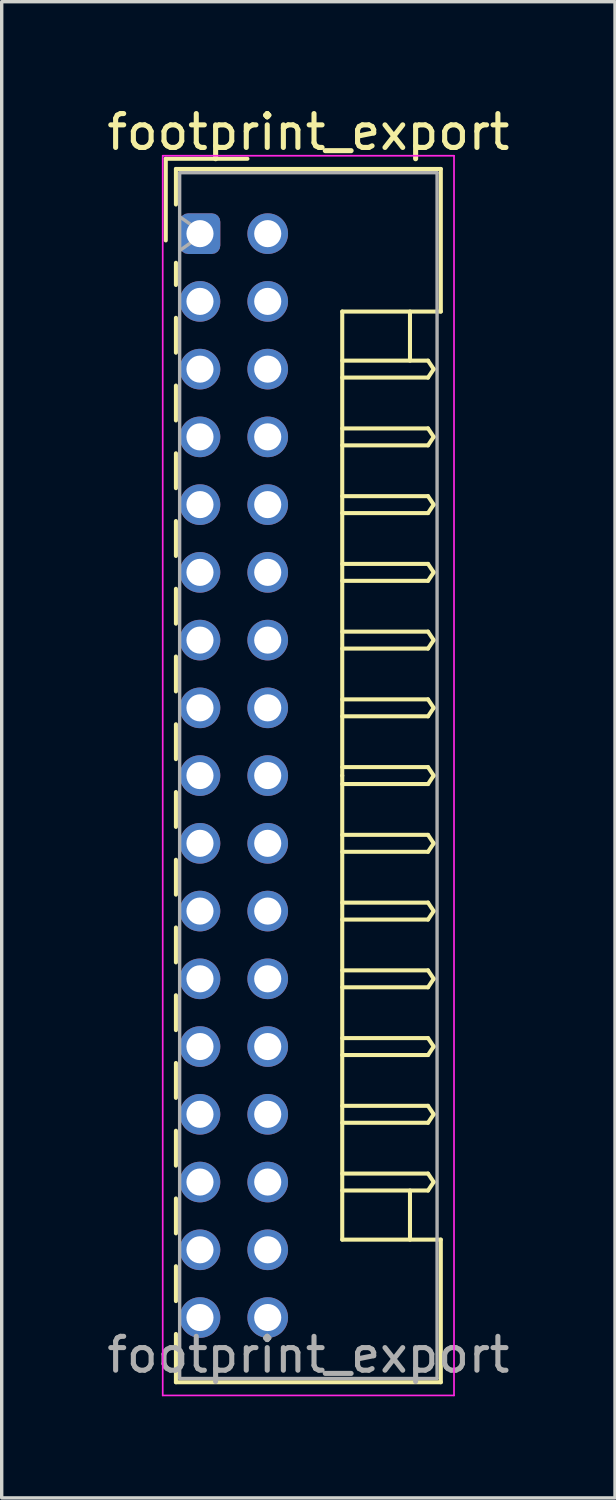
<source format=kicad_pcb>
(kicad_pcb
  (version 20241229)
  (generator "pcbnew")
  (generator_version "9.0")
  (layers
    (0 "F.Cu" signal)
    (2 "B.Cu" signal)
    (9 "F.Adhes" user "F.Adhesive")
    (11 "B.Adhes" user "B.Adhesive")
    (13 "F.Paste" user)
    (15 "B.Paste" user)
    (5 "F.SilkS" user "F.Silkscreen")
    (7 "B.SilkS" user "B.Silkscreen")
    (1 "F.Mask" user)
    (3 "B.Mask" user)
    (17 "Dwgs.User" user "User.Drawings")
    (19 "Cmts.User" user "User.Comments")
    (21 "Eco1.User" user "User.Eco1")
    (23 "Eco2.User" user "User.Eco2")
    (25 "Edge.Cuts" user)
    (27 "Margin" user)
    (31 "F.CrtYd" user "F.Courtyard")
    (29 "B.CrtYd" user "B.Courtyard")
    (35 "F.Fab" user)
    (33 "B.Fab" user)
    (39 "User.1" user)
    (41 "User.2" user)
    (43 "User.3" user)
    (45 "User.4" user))
  (footprint "footprint_export"
    (layer "F.Cu")
    (at 2.854 3.848)
    (property "Reference" "footprint_export" (at 3.2 -3 0) (layer "F.SilkS") (effects (font (size 1 1) (thickness 0.15))))
    (attr through_hole)
    (fp_line (start -1.01 -2.21) (end -1.01 0.2) (stroke (width 0.12) (type solid)) (layer "F.SilkS"))
    (fp_line (start -0.71 -1.91) (end -0.71 -0.86) (stroke (width 0.12) (type solid)) (layer "F.SilkS"))
    (fp_line (start -0.71 -1.91) (end 7.11 -1.91) (stroke (width 0.12) (type solid)) (layer "F.SilkS"))
    (fp_line (start -0.71 0.86) (end -0.71 1.515) (stroke (width 0.12) (type solid)) (layer "F.SilkS"))
    (fp_line (start -0.71 2.485) (end -0.71 3.515) (stroke (width 0.12) (type solid)) (layer "F.SilkS"))
    (fp_line (start -0.71 4.485) (end -0.71 5.515) (stroke (width 0.12) (type solid)) (layer "F.SilkS"))
    (fp_line (start -0.71 6.485) (end -0.71 7.515) (stroke (width 0.12) (type solid)) (layer "F.SilkS"))
    (fp_line (start -0.71 8.485) (end -0.71 9.515) (stroke (width 0.12) (type solid)) (layer "F.SilkS"))
    (fp_line (start -0.71 10.485) (end -0.71 11.515) (stroke (width 0.12) (type solid)) (layer "F.SilkS"))
    (fp_line (start -0.71 12.485) (end -0.71 13.515) (stroke (width 0.12) (type solid)) (layer "F.SilkS"))
    (fp_line (start -0.71 14.485) (end -0.71 15.515) (stroke (width 0.12) (type solid)) (layer "F.SilkS"))
    (fp_line (start -0.71 16.485) (end -0.71 17.515) (stroke (width 0.12) (type solid)) (layer "F.SilkS"))
    (fp_line (start -0.71 18.485) (end -0.71 19.515) (stroke (width 0.12) (type solid)) (layer "F.SilkS"))
    (fp_line (start -0.71 20.485) (end -0.71 21.515) (stroke (width 0.12) (type solid)) (layer "F.SilkS"))
    (fp_line (start -0.71 22.485) (end -0.71 23.515) (stroke (width 0.12) (type solid)) (layer "F.SilkS"))
    (fp_line (start -0.71 24.485) (end -0.71 25.515) (stroke (width 0.12) (type solid)) (layer "F.SilkS"))
    (fp_line (start -0.71 26.485) (end -0.71 27.515) (stroke (width 0.12) (type solid)) (layer "F.SilkS"))
    (fp_line (start -0.71 28.485) (end -0.71 29.515) (stroke (width 0.12) (type solid)) (layer "F.SilkS"))
    (fp_line (start -0.71 30.485) (end -0.71 31.515) (stroke (width 0.12) (type solid)) (layer "F.SilkS"))
    (fp_line (start -0.71 32.485) (end -0.71 33.91) (stroke (width 0.12) (type solid)) (layer "F.SilkS"))
    (fp_line (start -0.71 33.91) (end 7.11 33.91) (stroke (width 0.12) (type solid)) (layer "F.SilkS"))
    (fp_line (start 1.4 -2.21) (end -1.01 -2.21) (stroke (width 0.12) (type solid)) (layer "F.SilkS"))
    (fp_line (start 4.2 2.3) (end 4.2 16) (stroke (width 0.12) (type solid)) (layer "F.SilkS"))
    (fp_line (start 4.2 3.75) (end 6.733 3.75) (stroke (width 0.12) (type solid)) (layer "F.SilkS"))
    (fp_line (start 4.2 5.75) (end 6.733 5.75) (stroke (width 0.12) (type solid)) (layer "F.SilkS"))
    (fp_line (start 4.2 7.75) (end 6.733 7.75) (stroke (width 0.12) (type solid)) (layer "F.SilkS"))
    (fp_line (start 4.2 9.75) (end 6.733 9.75) (stroke (width 0.12) (type solid)) (layer "F.SilkS"))
    (fp_line (start 4.2 11.75) (end 6.733 11.75) (stroke (width 0.12) (type solid)) (layer "F.SilkS"))
    (fp_line (start 4.2 13.75) (end 6.733 13.75) (stroke (width 0.12) (type solid)) (layer "F.SilkS"))
    (fp_line (start 4.2 15.75) (end 6.733 15.75) (stroke (width 0.12) (type solid)) (layer "F.SilkS"))
    (fp_line (start 4.2 17.75) (end 6.733 17.75) (stroke (width 0.12) (type solid)) (layer "F.SilkS"))
    (fp_line (start 4.2 19.75) (end 6.733 19.75) (stroke (width 0.12) (type solid)) (layer "F.SilkS"))
    (fp_line (start 4.2 21.75) (end 6.733 21.75) (stroke (width 0.12) (type solid)) (layer "F.SilkS"))
    (fp_line (start 4.2 23.75) (end 6.733 23.75) (stroke (width 0.12) (type solid)) (layer "F.SilkS"))
    (fp_line (start 4.2 25.75) (end 6.733 25.75) (stroke (width 0.12) (type solid)) (layer "F.SilkS"))
    (fp_line (start 4.2 27.75) (end 6.733 27.75) (stroke (width 0.12) (type solid)) (layer "F.SilkS"))
    (fp_line (start 4.2 29.7) (end 4.2 16) (stroke (width 0.12) (type solid)) (layer "F.SilkS"))
    (fp_line (start 6.2 2.3) (end 6.2 3.75) (stroke (width 0.12) (type solid)) (layer "F.SilkS"))
    (fp_line (start 6.2 29.7) (end 6.2 28.25) (stroke (width 0.12) (type solid)) (layer "F.SilkS"))
    (fp_line (start 6.733 3.75) (end 6.9 4) (stroke (width 0.12) (type solid)) (layer "F.SilkS"))
    (fp_line (start 6.733 4.25) (end 4.2 4.25) (stroke (width 0.12) (type solid)) (layer "F.SilkS"))
    (fp_line (start 6.733 5.75) (end 6.9 6) (stroke (width 0.12) (type solid)) (layer "F.SilkS"))
    (fp_line (start 6.733 6.25) (end 4.2 6.25) (stroke (width 0.12) (type solid)) (layer "F.SilkS"))
    (fp_line (start 6.733 7.75) (end 6.9 8) (stroke (width 0.12) (type solid)) (layer "F.SilkS"))
    (fp_line (start 6.733 8.25) (end 4.2 8.25) (stroke (width 0.12) (type solid)) (layer "F.SilkS"))
    (fp_line (start 6.733 9.75) (end 6.9 10) (stroke (width 0.12) (type solid)) (layer "F.SilkS"))
    (fp_line (start 6.733 10.25) (end 4.2 10.25) (stroke (width 0.12) (type solid)) (layer "F.SilkS"))
    (fp_line (start 6.733 11.75) (end 6.9 12) (stroke (width 0.12) (type solid)) (layer "F.SilkS"))
    (fp_line (start 6.733 12.25) (end 4.2 12.25) (stroke (width 0.12) (type solid)) (layer "F.SilkS"))
    (fp_line (start 6.733 13.75) (end 6.9 14) (stroke (width 0.12) (type solid)) (layer "F.SilkS"))
    (fp_line (start 6.733 14.25) (end 4.2 14.25) (stroke (width 0.12) (type solid)) (layer "F.SilkS"))
    (fp_line (start 6.733 15.75) (end 6.9 16) (stroke (width 0.12) (type solid)) (layer "F.SilkS"))
    (fp_line (start 6.733 16.25) (end 4.2 16.25) (stroke (width 0.12) (type solid)) (layer "F.SilkS"))
    (fp_line (start 6.733 17.75) (end 6.9 18) (stroke (width 0.12) (type solid)) (layer "F.SilkS"))
    (fp_line (start 6.733 18.25) (end 4.2 18.25) (stroke (width 0.12) (type solid)) (layer "F.SilkS"))
    (fp_line (start 6.733 19.75) (end 6.9 20) (stroke (width 0.12) (type solid)) (layer "F.SilkS"))
    (fp_line (start 6.733 20.25) (end 4.2 20.25) (stroke (width 0.12) (type solid)) (layer "F.SilkS"))
    (fp_line (start 6.733 21.75) (end 6.9 22) (stroke (width 0.12) (type solid)) (layer "F.SilkS"))
    (fp_line (start 6.733 22.25) (end 4.2 22.25) (stroke (width 0.12) (type solid)) (layer "F.SilkS"))
    (fp_line (start 6.733 23.75) (end 6.9 24) (stroke (width 0.12) (type solid)) (layer "F.SilkS"))
    (fp_line (start 6.733 24.25) (end 4.2 24.25) (stroke (width 0.12) (type solid)) (layer "F.SilkS"))
    (fp_line (start 6.733 25.75) (end 6.9 26) (stroke (width 0.12) (type solid)) (layer "F.SilkS"))
    (fp_line (start 6.733 26.25) (end 4.2 26.25) (stroke (width 0.12) (type solid)) (layer "F.SilkS"))
    (fp_line (start 6.733 27.75) (end 6.9 28) (stroke (width 0.12) (type solid)) (layer "F.SilkS"))
    (fp_line (start 6.733 28.25) (end 4.2 28.25) (stroke (width 0.12) (type solid)) (layer "F.SilkS"))
    (fp_line (start 6.9 4) (end 6.733 4.25) (stroke (width 0.12) (type solid)) (layer "F.SilkS"))
    (fp_line (start 6.9 6) (end 6.733 6.25) (stroke (width 0.12) (type solid)) (layer "F.SilkS"))
    (fp_line (start 6.9 8) (end 6.733 8.25) (stroke (width 0.12) (type solid)) (layer "F.SilkS"))
    (fp_line (start 6.9 10) (end 6.733 10.25) (stroke (width 0.12) (type solid)) (layer "F.SilkS"))
    (fp_line (start 6.9 12) (end 6.733 12.25) (stroke (width 0.12) (type solid)) (layer "F.SilkS"))
    (fp_line (start 6.9 14) (end 6.733 14.25) (stroke (width 0.12) (type solid)) (layer "F.SilkS"))
    (fp_line (start 6.9 16) (end 6.733 16.25) (stroke (width 0.12) (type solid)) (layer "F.SilkS"))
    (fp_line (start 6.9 18) (end 6.733 18.25) (stroke (width 0.12) (type solid)) (layer "F.SilkS"))
    (fp_line (start 6.9 20) (end 6.733 20.25) (stroke (width 0.12) (type solid)) (layer "F.SilkS"))
    (fp_line (start 6.9 22) (end 6.733 22.25) (stroke (width 0.12) (type solid)) (layer "F.SilkS"))
    (fp_line (start 6.9 24) (end 6.733 24.25) (stroke (width 0.12) (type solid)) (layer "F.SilkS"))
    (fp_line (start 6.9 26) (end 6.733 26.25) (stroke (width 0.12) (type solid)) (layer "F.SilkS"))
    (fp_line (start 6.9 28) (end 6.733 28.25) (stroke (width 0.12) (type solid)) (layer "F.SilkS"))
    (fp_line (start 7.11 -1.91) (end 7.11 2.3) (stroke (width 0.12) (type solid)) (layer "F.SilkS"))
    (fp_line (start 7.11 2.3) (end 4.2 2.3) (stroke (width 0.12) (type solid)) (layer "F.SilkS"))
    (fp_line (start 7.11 29.7) (end 4.2 29.7) (stroke (width 0.12) (type solid)) (layer "F.SilkS"))
    (fp_line (start 7.11 33.91) (end 7.11 29.7) (stroke (width 0.12) (type solid)) (layer "F.SilkS"))
    (fp_line (start -1.1 -2.3) (end -1.1 34.3) (stroke (width 0.05) (type solid)) (layer "F.CrtYd"))
    (fp_line (start -1.1 34.3) (end 7.5 34.3) (stroke (width 0.05) (type solid)) (layer "F.CrtYd"))
    (fp_line (start 7.5 -2.3) (end -1.1 -2.3) (stroke (width 0.05) (type solid)) (layer "F.CrtYd"))
    (fp_line (start 7.5 34.3) (end 7.5 -2.3) (stroke (width 0.05) (type solid)) (layer "F.CrtYd"))
    (fp_line (start -0.6 -1.8) (end -0.6 33.8) (stroke (width 0.1) (type solid)) (layer "F.Fab"))
    (fp_line (start -0.6 0.5) (end 0.107 0) (stroke (width 0.1) (type solid)) (layer "F.Fab"))
    (fp_line (start -0.6 33.8) (end 7 33.8) (stroke (width 0.1) (type solid)) (layer "F.Fab"))
    (fp_line (start 0.107 0) (end -0.6 -0.5) (stroke (width 0.1) (type solid)) (layer "F.Fab"))
    (fp_line (start 7 -1.8) (end -0.6 -1.8) (stroke (width 0.1) (type solid)) (layer "F.Fab"))
    (fp_line (start 7 33.8) (end 7 -1.8) (stroke (width 0.1) (type solid)) (layer "F.Fab"))
    (fp_text user "${REFERENCE}" (at 3.2 33.1 0) (layer "F.Fab") (effects (font (size 1 1) (thickness 0.15))))
    (pad "a1" thru_hole roundrect (at 0 0) (size 1.2 1.2) (drill 0.8) (layers "*.Cu" "*.Mask") (roundrect_rratio 0.208))
    (pad "a2" thru_hole circle (at 0 2) (size 1.2 1.2) (drill 0.8) (layers "*.Cu" "*.Mask"))
    (pad "a3" thru_hole circle (at 0 4) (size 1.2 1.2) (drill 0.8) (layers "*.Cu" "*.Mask"))
    (pad "a4" thru_hole circle (at 0 6) (size 1.2 1.2) (drill 0.8) (layers "*.Cu" "*.Mask"))
    (pad "a5" thru_hole circle (at 0 8) (size 1.2 1.2) (drill 0.8) (layers "*.Cu" "*.Mask"))
    (pad "a6" thru_hole circle (at 0 10) (size 1.2 1.2) (drill 0.8) (layers "*.Cu" "*.Mask"))
    (pad "a7" thru_hole circle (at 0 12) (size 1.2 1.2) (drill 0.8) (layers "*.Cu" "*.Mask"))
    (pad "a8" thru_hole circle (at 0 14) (size 1.2 1.2) (drill 0.8) (layers "*.Cu" "*.Mask"))
    (pad "a9" thru_hole circle (at 0 16) (size 1.2 1.2) (drill 0.8) (layers "*.Cu" "*.Mask"))
    (pad "a10" thru_hole circle (at 0 18) (size 1.2 1.2) (drill 0.8) (layers "*.Cu" "*.Mask"))
    (pad "a11" thru_hole circle (at 0 20) (size 1.2 1.2) (drill 0.8) (layers "*.Cu" "*.Mask"))
    (pad "a12" thru_hole circle (at 0 22) (size 1.2 1.2) (drill 0.8) (layers "*.Cu" "*.Mask"))
    (pad "a13" thru_hole circle (at 0 24) (size 1.2 1.2) (drill 0.8) (layers "*.Cu" "*.Mask"))
    (pad "a14" thru_hole circle (at 0 26) (size 1.2 1.2) (drill 0.8) (layers "*.Cu" "*.Mask"))
    (pad "a15" thru_hole circle (at 0 28) (size 1.2 1.2) (drill 0.8) (layers "*.Cu" "*.Mask"))
    (pad "a16" thru_hole circle (at 0 30) (size 1.2 1.2) (drill 0.8) (layers "*.Cu" "*.Mask"))
    (pad "a17" thru_hole circle (at 0 32) (size 1.2 1.2) (drill 0.8) (layers "*.Cu" "*.Mask"))
    (pad "b1" thru_hole circle (at 2 0) (size 1.2 1.2) (drill 0.8) (layers "*.Cu" "*.Mask"))
    (pad "b2" thru_hole circle (at 2 2) (size 1.2 1.2) (drill 0.8) (layers "*.Cu" "*.Mask"))
    (pad "b3" thru_hole circle (at 2 4) (size 1.2 1.2) (drill 0.8) (layers "*.Cu" "*.Mask"))
    (pad "b4" thru_hole circle (at 2 6) (size 1.2 1.2) (drill 0.8) (layers "*.Cu" "*.Mask"))
    (pad "b5" thru_hole circle (at 2 8) (size 1.2 1.2) (drill 0.8) (layers "*.Cu" "*.Mask"))
    (pad "b6" thru_hole circle (at 2 10) (size 1.2 1.2) (drill 0.8) (layers "*.Cu" "*.Mask"))
    (pad "b7" thru_hole circle (at 2 12) (size 1.2 1.2) (drill 0.8) (layers "*.Cu" "*.Mask"))
    (pad "b8" thru_hole circle (at 2 14) (size 1.2 1.2) (drill 0.8) (layers "*.Cu" "*.Mask"))
    (pad "b9" thru_hole circle (at 2 16) (size 1.2 1.2) (drill 0.8) (layers "*.Cu" "*.Mask"))
    (pad "b10" thru_hole circle (at 2 18) (size 1.2 1.2) (drill 0.8) (layers "*.Cu" "*.Mask"))
    (pad "b11" thru_hole circle (at 2 20) (size 1.2 1.2) (drill 0.8) (layers "*.Cu" "*.Mask"))
    (pad "b12" thru_hole circle (at 2 22) (size 1.2 1.2) (drill 0.8) (layers "*.Cu" "*.Mask"))
    (pad "b13" thru_hole circle (at 2 24) (size 1.2 1.2) (drill 0.8) (layers "*.Cu" "*.Mask"))
    (pad "b14" thru_hole circle (at 2 26) (size 1.2 1.2) (drill 0.8) (layers "*.Cu" "*.Mask"))
    (pad "b15" thru_hole circle (at 2 28) (size 1.2 1.2) (drill 0.8) (layers "*.Cu" "*.Mask"))
    (pad "b16" thru_hole circle (at 2 30) (size 1.2 1.2) (drill 0.8) (layers "*.Cu" "*.Mask"))
    (pad "b17" thru_hole circle (at 2 32) (size 1.2 1.2) (drill 0.8) (layers "*.Cu" "*.Mask")))
  (gr_rect
    (start -3 -3)
    (end 15.107 41.173)
    (stroke (width 0.1) (type default))
    (fill no)
    (layer "Edge.Cuts")))
</source>
